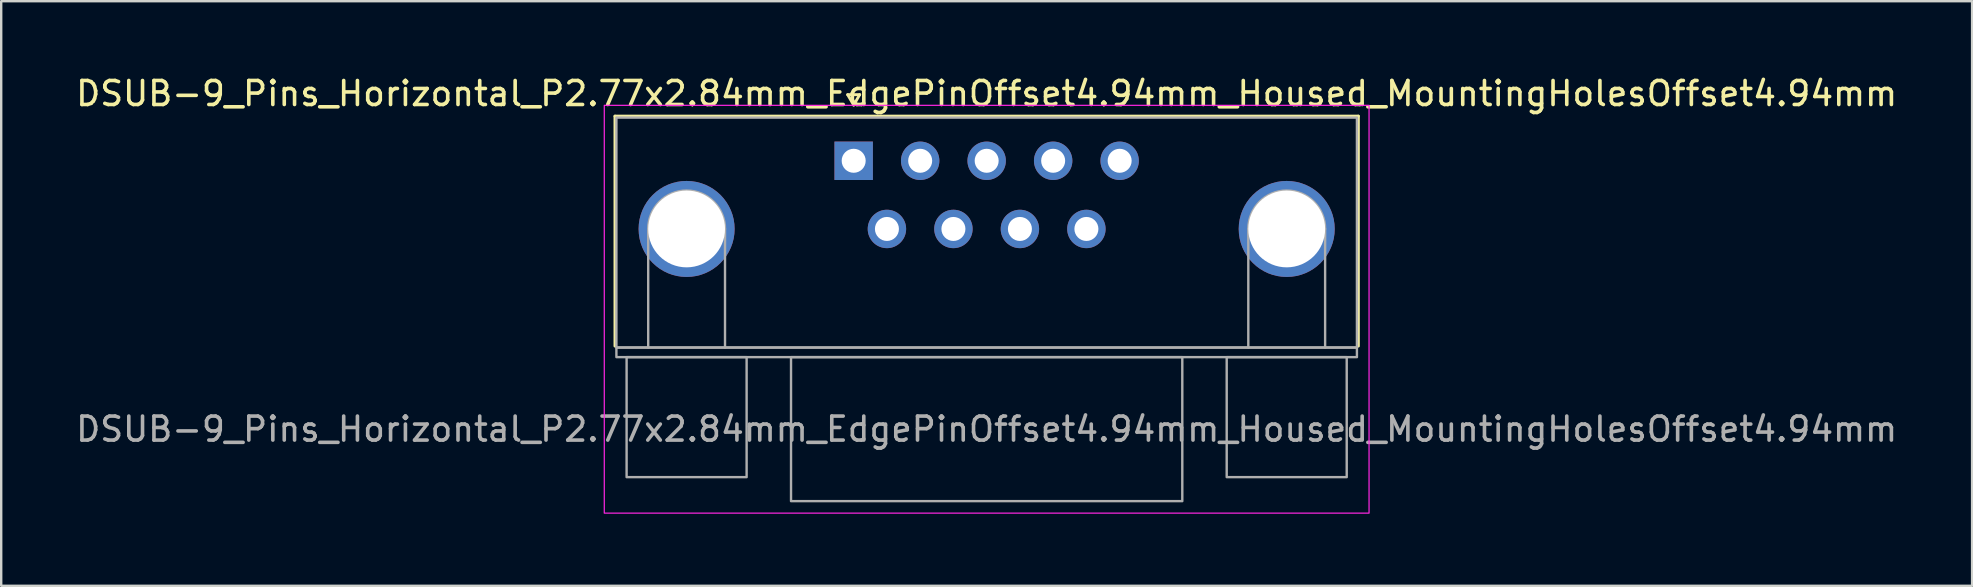
<source format=kicad_pcb>
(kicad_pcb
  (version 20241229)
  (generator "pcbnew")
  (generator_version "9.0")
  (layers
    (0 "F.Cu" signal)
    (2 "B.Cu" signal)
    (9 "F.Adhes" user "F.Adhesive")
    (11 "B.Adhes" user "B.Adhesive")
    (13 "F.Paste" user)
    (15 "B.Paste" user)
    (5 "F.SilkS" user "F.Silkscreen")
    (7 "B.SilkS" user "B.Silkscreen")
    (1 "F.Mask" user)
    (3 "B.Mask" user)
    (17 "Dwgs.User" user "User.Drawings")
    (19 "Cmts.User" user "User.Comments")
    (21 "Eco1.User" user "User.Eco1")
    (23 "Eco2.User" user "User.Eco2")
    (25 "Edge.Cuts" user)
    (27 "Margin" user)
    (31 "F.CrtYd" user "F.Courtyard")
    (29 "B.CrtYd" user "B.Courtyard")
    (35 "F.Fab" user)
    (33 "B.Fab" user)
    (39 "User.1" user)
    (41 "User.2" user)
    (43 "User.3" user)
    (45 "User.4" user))
  (footprint "DSUB-9_Pins_Horizontal_P2.77x2.84mm_EdgePinOffset4.94mm_Housed_MountingHolesOffset4.94mm"
    (layer "F.Cu")
    (at 32.514 3.648)
    (property "Reference" "DSUB-9_Pins_Horizontal_P2.77x2.84mm_EdgePinOffset4.94mm_Housed_MountingHolesOffset4.94mm" (at 5.54 -2.8 0) (layer "F.SilkS") (effects (font (size 1 1) (thickness 0.15))))
    (attr through_hole)
    (fp_line (start -9.945 -1.86) (end 21.025 -1.86) (stroke (width 0.12) (type solid)) (layer "F.SilkS"))
    (fp_line (start -9.945 7.72) (end -9.945 -1.86) (stroke (width 0.12) (type solid)) (layer "F.SilkS"))
    (fp_line (start -0.25 -2.754) (end 0.25 -2.754) (stroke (width 0.12) (type solid)) (layer "F.SilkS"))
    (fp_line (start 0 -2.321) (end -0.25 -2.754) (stroke (width 0.12) (type solid)) (layer "F.SilkS"))
    (fp_line (start 0.25 -2.754) (end 0 -2.321) (stroke (width 0.12) (type solid)) (layer "F.SilkS"))
    (fp_line (start 21.025 -1.86) (end 21.025 7.72) (stroke (width 0.12) (type solid)) (layer "F.SilkS"))
    (fp_rect (start -10.39 -2.31) (end 21.47 14.68) (stroke (width 0.05) (type solid)) (fill no) (layer "F.CrtYd"))
    (fp_line (start -8.56 7.78) (end -8.56 2.84) (stroke (width 0.1) (type solid)) (layer "F.Fab"))
    (fp_line (start -5.36 7.78) (end -5.36 2.84) (stroke (width 0.1) (type solid)) (layer "F.Fab"))
    (fp_line (start 16.44 7.78) (end 16.44 2.84) (stroke (width 0.1) (type solid)) (layer "F.Fab"))
    (fp_line (start 19.64 7.78) (end 19.64 2.84) (stroke (width 0.1) (type solid)) (layer "F.Fab"))
    (fp_rect (start -9.885 -1.8) (end 20.965 7.78) (stroke (width 0.1) (type solid)) (fill no) (layer "F.Fab"))
    (fp_rect (start -9.885 7.78) (end 20.965 8.18) (stroke (width 0.1) (type solid)) (fill no) (layer "F.Fab"))
    (fp_rect (start -9.46 8.18) (end -4.46 13.18) (stroke (width 0.1) (type solid)) (fill no) (layer "F.Fab"))
    (fp_rect (start -2.61 8.18) (end 13.69 14.18) (stroke (width 0.1) (type solid)) (fill no) (layer "F.Fab"))
    (fp_rect (start 15.54 8.18) (end 20.54 13.18) (stroke (width 0.1) (type solid)) (fill no) (layer "F.Fab"))
    (fp_arc (start -8.56 2.84) (mid -6.96 1.24) (end -5.36 2.84) (stroke (width 0.1) (type solid)) (layer "F.Fab"))
    (fp_arc (start 16.44 2.84) (mid 18.04 1.24) (end 19.64 2.84) (stroke (width 0.1) (type solid)) (layer "F.Fab"))
    (fp_text user "${REFERENCE}" (at 5.54 11.18 0) (layer "F.Fab") (effects (font (size 1 1) (thickness 0.15))))
    (pad "1" thru_hole rect (at 0 0) (size 1.6 1.6) (drill 1) (layers "*.Cu" "*.Mask"))
    (pad "2" thru_hole circle (at 2.77 0) (size 1.6 1.6) (drill 1) (layers "*.Cu" "*.Mask"))
    (pad "3" thru_hole circle (at 5.54 0) (size 1.6 1.6) (drill 1) (layers "*.Cu" "*.Mask"))
    (pad "4" thru_hole circle (at 8.31 0) (size 1.6 1.6) (drill 1) (layers "*.Cu" "*.Mask"))
    (pad "5" thru_hole circle (at 11.08 0) (size 1.6 1.6) (drill 1) (layers "*.Cu" "*.Mask"))
    (pad "6" thru_hole circle (at 1.385 2.84) (size 1.6 1.6) (drill 1) (layers "*.Cu" "*.Mask"))
    (pad "7" thru_hole circle (at 4.155 2.84) (size 1.6 1.6) (drill 1) (layers "*.Cu" "*.Mask"))
    (pad "8" thru_hole circle (at 6.925 2.84) (size 1.6 1.6) (drill 1) (layers "*.Cu" "*.Mask"))
    (pad "9" thru_hole circle (at 9.695 2.84) (size 1.6 1.6) (drill 1) (layers "*.Cu" "*.Mask"))
    (pad "SH" thru_hole circle (at -6.96 2.84) (size 4 4) (drill 3.2) (layers "*.Cu" "*.Mask"))
    (pad "SH" thru_hole circle (at 18.04 2.84) (size 4 4) (drill 3.2) (layers "*.Cu" "*.Mask")))
  (gr_rect
    (start -3 -3)
    (end 79.107 21.353)
    (stroke (width 0.1) (type default))
    (fill no)
    (layer "Edge.Cuts")))
</source>
